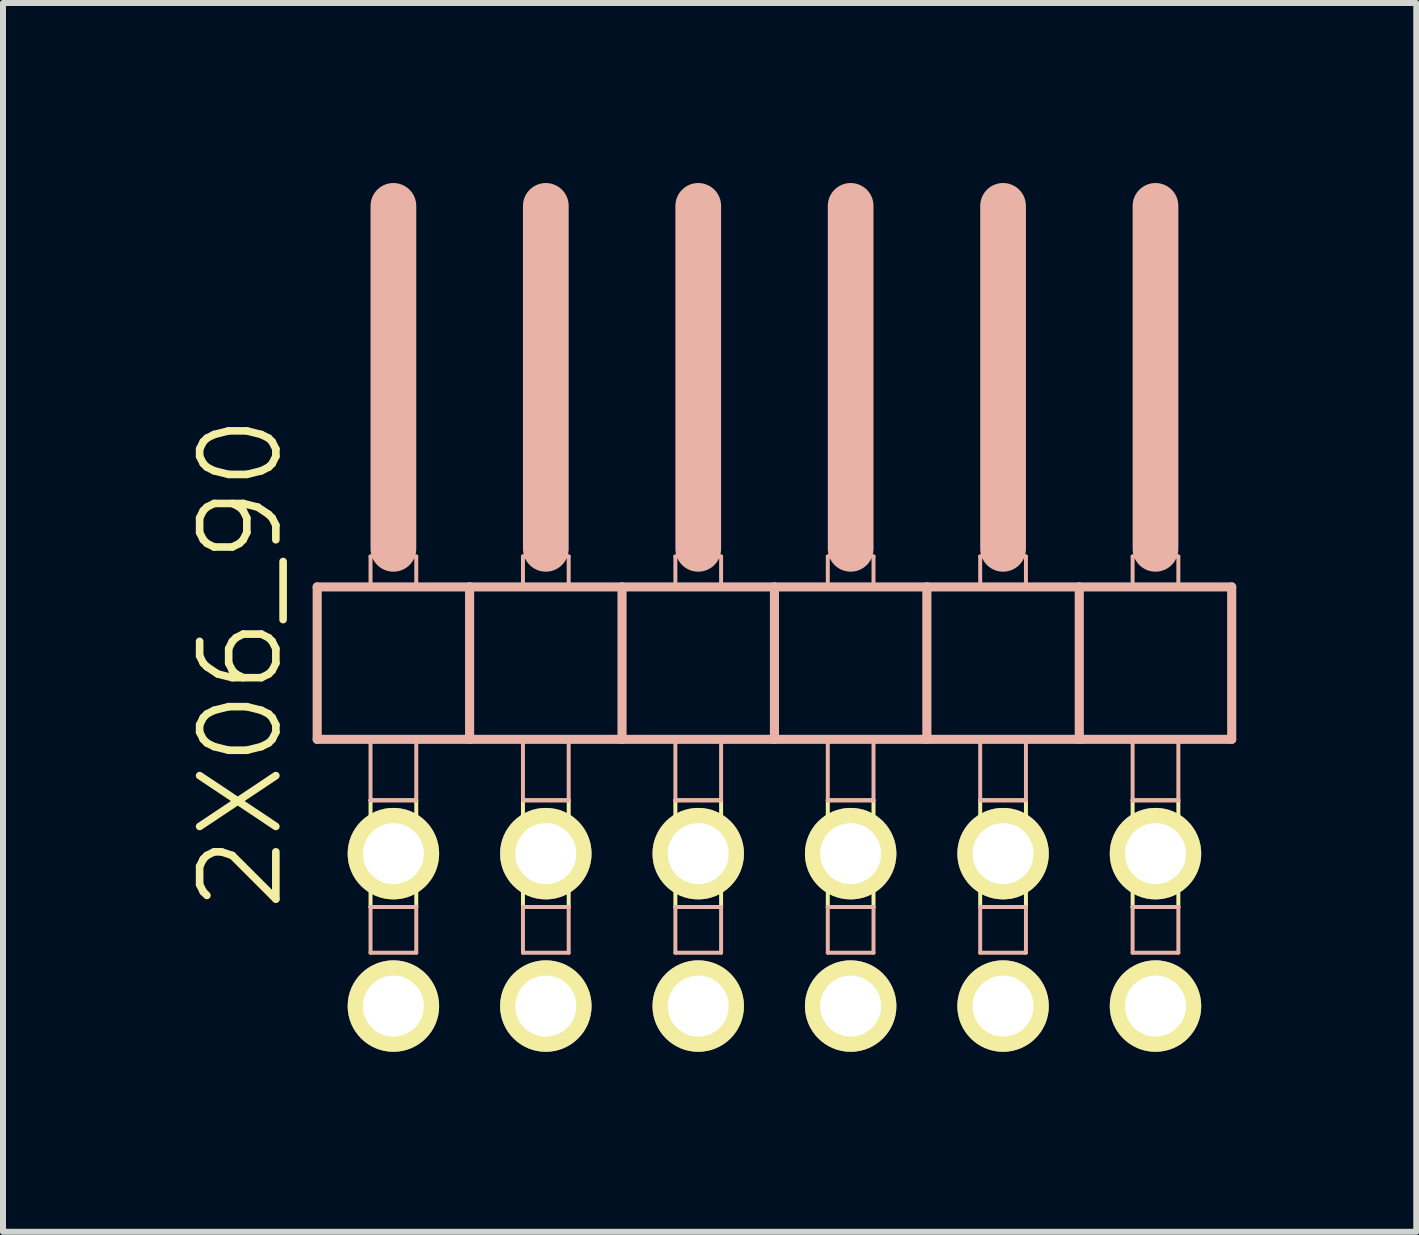
<source format=kicad_pcb>
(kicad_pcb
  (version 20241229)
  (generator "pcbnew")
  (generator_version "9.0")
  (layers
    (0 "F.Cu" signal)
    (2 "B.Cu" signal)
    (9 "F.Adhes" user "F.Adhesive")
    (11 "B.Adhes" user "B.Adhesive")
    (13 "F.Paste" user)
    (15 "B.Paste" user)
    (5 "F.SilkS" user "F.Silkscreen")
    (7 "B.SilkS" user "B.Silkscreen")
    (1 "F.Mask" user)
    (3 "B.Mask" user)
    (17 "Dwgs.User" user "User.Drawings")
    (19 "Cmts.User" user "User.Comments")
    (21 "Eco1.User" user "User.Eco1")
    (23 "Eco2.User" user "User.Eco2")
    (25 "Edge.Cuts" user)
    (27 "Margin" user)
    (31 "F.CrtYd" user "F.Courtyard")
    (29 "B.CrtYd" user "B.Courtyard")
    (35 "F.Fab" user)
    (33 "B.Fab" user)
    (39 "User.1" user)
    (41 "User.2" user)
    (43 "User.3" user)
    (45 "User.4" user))
  (footprint "2X06_90"
    (layer "F.Cu")
    (at 9.856 7.366)
    (property "Reference" "2X06_90" (at -8.89 0.635 90) (layer "F.SilkS") (effects (font (size 1.27 1.27) (thickness 0.127))))
    (attr exclude_from_pos_files exclude_from_bom)
    (fp_line (start -6.731 2.921) (end -5.969 2.921) (stroke (width 0.066) (type solid)) (layer "F.SilkS"))
    (fp_line (start -6.731 4.699) (end -6.731 2.921) (stroke (width 0.066) (type solid)) (layer "F.SilkS"))
    (fp_line (start -6.731 4.699) (end -5.969 4.699) (stroke (width 0.066) (type solid)) (layer "F.SilkS"))
    (fp_line (start -5.969 4.699) (end -5.969 2.921) (stroke (width 0.066) (type solid)) (layer "F.SilkS"))
    (fp_line (start -4.191 2.921) (end -3.429 2.921) (stroke (width 0.066) (type solid)) (layer "F.SilkS"))
    (fp_line (start -4.191 4.699) (end -4.191 2.921) (stroke (width 0.066) (type solid)) (layer "F.SilkS"))
    (fp_line (start -4.191 4.699) (end -3.429 4.699) (stroke (width 0.066) (type solid)) (layer "F.SilkS"))
    (fp_line (start -3.429 4.699) (end -3.429 2.921) (stroke (width 0.066) (type solid)) (layer "F.SilkS"))
    (fp_line (start -1.651 2.921) (end -0.889 2.921) (stroke (width 0.066) (type solid)) (layer "F.SilkS"))
    (fp_line (start -1.651 4.699) (end -1.651 2.921) (stroke (width 0.066) (type solid)) (layer "F.SilkS"))
    (fp_line (start -1.651 4.699) (end -0.889 4.699) (stroke (width 0.066) (type solid)) (layer "F.SilkS"))
    (fp_line (start -0.889 4.699) (end -0.889 2.921) (stroke (width 0.066) (type solid)) (layer "F.SilkS"))
    (fp_line (start 0.889 2.921) (end 1.651 2.921) (stroke (width 0.066) (type solid)) (layer "F.SilkS"))
    (fp_line (start 0.889 4.699) (end 0.889 2.921) (stroke (width 0.066) (type solid)) (layer "F.SilkS"))
    (fp_line (start 0.889 4.699) (end 1.651 4.699) (stroke (width 0.066) (type solid)) (layer "F.SilkS"))
    (fp_line (start 1.651 4.699) (end 1.651 2.921) (stroke (width 0.066) (type solid)) (layer "F.SilkS"))
    (fp_line (start 3.429 2.921) (end 4.191 2.921) (stroke (width 0.066) (type solid)) (layer "F.SilkS"))
    (fp_line (start 3.429 4.699) (end 3.429 2.921) (stroke (width 0.066) (type solid)) (layer "F.SilkS"))
    (fp_line (start 3.429 4.699) (end 4.191 4.699) (stroke (width 0.066) (type solid)) (layer "F.SilkS"))
    (fp_line (start 4.191 4.699) (end 4.191 2.921) (stroke (width 0.066) (type solid)) (layer "F.SilkS"))
    (fp_line (start 5.969 2.921) (end 6.731 2.921) (stroke (width 0.066) (type solid)) (layer "F.SilkS"))
    (fp_line (start 5.969 4.699) (end 5.969 2.921) (stroke (width 0.066) (type solid)) (layer "F.SilkS"))
    (fp_line (start 5.969 4.699) (end 6.731 4.699) (stroke (width 0.066) (type solid)) (layer "F.SilkS"))
    (fp_line (start 6.731 4.699) (end 6.731 2.921) (stroke (width 0.066) (type solid)) (layer "F.SilkS"))
    (fp_line (start -7.62 -0.635) (end -7.62 1.905) (stroke (width 0.152) (type solid)) (layer "B.SilkS"))
    (fp_line (start -7.62 1.905) (end -5.08 1.905) (stroke (width 0.152) (type solid)) (layer "B.SilkS"))
    (fp_line (start -6.731 -1.143) (end -5.969 -1.143) (stroke (width 0.066) (type solid)) (layer "B.SilkS"))
    (fp_line (start -6.731 -0.635) (end -6.731 -1.143) (stroke (width 0.066) (type solid)) (layer "B.SilkS"))
    (fp_line (start -6.731 -0.635) (end -5.969 -0.635) (stroke (width 0.066) (type solid)) (layer "B.SilkS"))
    (fp_line (start -6.731 1.905) (end -5.969 1.905) (stroke (width 0.066) (type solid)) (layer "B.SilkS"))
    (fp_line (start -6.731 2.921) (end -6.731 1.905) (stroke (width 0.066) (type solid)) (layer "B.SilkS"))
    (fp_line (start -6.731 2.921) (end -5.969 2.921) (stroke (width 0.066) (type solid)) (layer "B.SilkS"))
    (fp_line (start -6.731 4.699) (end -5.969 4.699) (stroke (width 0.066) (type solid)) (layer "B.SilkS"))
    (fp_line (start -6.731 5.461) (end -6.731 4.699) (stroke (width 0.066) (type solid)) (layer "B.SilkS"))
    (fp_line (start -6.731 5.461) (end -5.969 5.461) (stroke (width 0.066) (type solid)) (layer "B.SilkS"))
    (fp_line (start -6.35 -6.985) (end -6.35 -1.27) (stroke (width 0.762) (type solid)) (layer "B.SilkS"))
    (fp_line (start -5.969 -0.635) (end -5.969 -1.143) (stroke (width 0.066) (type solid)) (layer "B.SilkS"))
    (fp_line (start -5.969 2.921) (end -5.969 1.905) (stroke (width 0.066) (type solid)) (layer "B.SilkS"))
    (fp_line (start -5.969 5.461) (end -5.969 4.699) (stroke (width 0.066) (type solid)) (layer "B.SilkS"))
    (fp_line (start -5.08 -0.635) (end -7.62 -0.635) (stroke (width 0.152) (type solid)) (layer "B.SilkS"))
    (fp_line (start -5.08 1.905) (end -5.08 -0.635) (stroke (width 0.152) (type solid)) (layer "B.SilkS"))
    (fp_line (start -5.08 1.905) (end -2.54 1.905) (stroke (width 0.152) (type solid)) (layer "B.SilkS"))
    (fp_line (start -4.191 -1.143) (end -3.429 -1.143) (stroke (width 0.066) (type solid)) (layer "B.SilkS"))
    (fp_line (start -4.191 -0.635) (end -4.191 -1.143) (stroke (width 0.066) (type solid)) (layer "B.SilkS"))
    (fp_line (start -4.191 -0.635) (end -3.429 -0.635) (stroke (width 0.066) (type solid)) (layer "B.SilkS"))
    (fp_line (start -4.191 1.905) (end -3.429 1.905) (stroke (width 0.066) (type solid)) (layer "B.SilkS"))
    (fp_line (start -4.191 2.921) (end -4.191 1.905) (stroke (width 0.066) (type solid)) (layer "B.SilkS"))
    (fp_line (start -4.191 2.921) (end -3.429 2.921) (stroke (width 0.066) (type solid)) (layer "B.SilkS"))
    (fp_line (start -4.191 4.699) (end -3.429 4.699) (stroke (width 0.066) (type solid)) (layer "B.SilkS"))
    (fp_line (start -4.191 5.461) (end -4.191 4.699) (stroke (width 0.066) (type solid)) (layer "B.SilkS"))
    (fp_line (start -4.191 5.461) (end -3.429 5.461) (stroke (width 0.066) (type solid)) (layer "B.SilkS"))
    (fp_line (start -3.81 -6.985) (end -3.81 -1.27) (stroke (width 0.762) (type solid)) (layer "B.SilkS"))
    (fp_line (start -3.429 -0.635) (end -3.429 -1.143) (stroke (width 0.066) (type solid)) (layer "B.SilkS"))
    (fp_line (start -3.429 2.921) (end -3.429 1.905) (stroke (width 0.066) (type solid)) (layer "B.SilkS"))
    (fp_line (start -3.429 5.461) (end -3.429 4.699) (stroke (width 0.066) (type solid)) (layer "B.SilkS"))
    (fp_line (start -2.54 -0.635) (end -5.08 -0.635) (stroke (width 0.152) (type solid)) (layer "B.SilkS"))
    (fp_line (start -2.54 1.905) (end -2.54 -0.635) (stroke (width 0.152) (type solid)) (layer "B.SilkS"))
    (fp_line (start -2.54 1.905) (end 0 1.905) (stroke (width 0.152) (type solid)) (layer "B.SilkS"))
    (fp_line (start -1.651 -1.143) (end -0.889 -1.143) (stroke (width 0.066) (type solid)) (layer "B.SilkS"))
    (fp_line (start -1.651 -0.635) (end -1.651 -1.143) (stroke (width 0.066) (type solid)) (layer "B.SilkS"))
    (fp_line (start -1.651 -0.635) (end -0.889 -0.635) (stroke (width 0.066) (type solid)) (layer "B.SilkS"))
    (fp_line (start -1.651 1.905) (end -0.889 1.905) (stroke (width 0.066) (type solid)) (layer "B.SilkS"))
    (fp_line (start -1.651 2.921) (end -1.651 1.905) (stroke (width 0.066) (type solid)) (layer "B.SilkS"))
    (fp_line (start -1.651 2.921) (end -0.889 2.921) (stroke (width 0.066) (type solid)) (layer "B.SilkS"))
    (fp_line (start -1.651 4.699) (end -0.889 4.699) (stroke (width 0.066) (type solid)) (layer "B.SilkS"))
    (fp_line (start -1.651 5.461) (end -1.651 4.699) (stroke (width 0.066) (type solid)) (layer "B.SilkS"))
    (fp_line (start -1.651 5.461) (end -0.889 5.461) (stroke (width 0.066) (type solid)) (layer "B.SilkS"))
    (fp_line (start -1.27 -6.985) (end -1.27 -1.27) (stroke (width 0.762) (type solid)) (layer "B.SilkS"))
    (fp_line (start -0.889 -0.635) (end -0.889 -1.143) (stroke (width 0.066) (type solid)) (layer "B.SilkS"))
    (fp_line (start -0.889 2.921) (end -0.889 1.905) (stroke (width 0.066) (type solid)) (layer "B.SilkS"))
    (fp_line (start -0.889 5.461) (end -0.889 4.699) (stroke (width 0.066) (type solid)) (layer "B.SilkS"))
    (fp_line (start 0 -0.635) (end -2.54 -0.635) (stroke (width 0.152) (type solid)) (layer "B.SilkS"))
    (fp_line (start 0 1.905) (end 0 -0.635) (stroke (width 0.152) (type solid)) (layer "B.SilkS"))
    (fp_line (start 0 1.905) (end 2.54 1.905) (stroke (width 0.152) (type solid)) (layer "B.SilkS"))
    (fp_line (start 0.889 -1.143) (end 1.651 -1.143) (stroke (width 0.066) (type solid)) (layer "B.SilkS"))
    (fp_line (start 0.889 -0.635) (end 0.889 -1.143) (stroke (width 0.066) (type solid)) (layer "B.SilkS"))
    (fp_line (start 0.889 -0.635) (end 1.651 -0.635) (stroke (width 0.066) (type solid)) (layer "B.SilkS"))
    (fp_line (start 0.889 1.905) (end 1.651 1.905) (stroke (width 0.066) (type solid)) (layer "B.SilkS"))
    (fp_line (start 0.889 2.921) (end 0.889 1.905) (stroke (width 0.066) (type solid)) (layer "B.SilkS"))
    (fp_line (start 0.889 2.921) (end 1.651 2.921) (stroke (width 0.066) (type solid)) (layer "B.SilkS"))
    (fp_line (start 0.889 4.699) (end 1.651 4.699) (stroke (width 0.066) (type solid)) (layer "B.SilkS"))
    (fp_line (start 0.889 5.461) (end 0.889 4.699) (stroke (width 0.066) (type solid)) (layer "B.SilkS"))
    (fp_line (start 0.889 5.461) (end 1.651 5.461) (stroke (width 0.066) (type solid)) (layer "B.SilkS"))
    (fp_line (start 1.27 -6.985) (end 1.27 -1.27) (stroke (width 0.762) (type solid)) (layer "B.SilkS"))
    (fp_line (start 1.651 -0.635) (end 1.651 -1.143) (stroke (width 0.066) (type solid)) (layer "B.SilkS"))
    (fp_line (start 1.651 2.921) (end 1.651 1.905) (stroke (width 0.066) (type solid)) (layer "B.SilkS"))
    (fp_line (start 1.651 5.461) (end 1.651 4.699) (stroke (width 0.066) (type solid)) (layer "B.SilkS"))
    (fp_line (start 2.54 -0.635) (end 0 -0.635) (stroke (width 0.152) (type solid)) (layer "B.SilkS"))
    (fp_line (start 2.54 1.905) (end 2.54 -0.635) (stroke (width 0.152) (type solid)) (layer "B.SilkS"))
    (fp_line (start 2.54 1.905) (end 5.08 1.905) (stroke (width 0.152) (type solid)) (layer "B.SilkS"))
    (fp_line (start 3.429 -1.143) (end 4.191 -1.143) (stroke (width 0.066) (type solid)) (layer "B.SilkS"))
    (fp_line (start 3.429 -0.635) (end 3.429 -1.143) (stroke (width 0.066) (type solid)) (layer "B.SilkS"))
    (fp_line (start 3.429 -0.635) (end 4.191 -0.635) (stroke (width 0.066) (type solid)) (layer "B.SilkS"))
    (fp_line (start 3.429 1.905) (end 4.191 1.905) (stroke (width 0.066) (type solid)) (layer "B.SilkS"))
    (fp_line (start 3.429 2.921) (end 3.429 1.905) (stroke (width 0.066) (type solid)) (layer "B.SilkS"))
    (fp_line (start 3.429 2.921) (end 4.191 2.921) (stroke (width 0.066) (type solid)) (layer "B.SilkS"))
    (fp_line (start 3.429 4.699) (end 4.191 4.699) (stroke (width 0.066) (type solid)) (layer "B.SilkS"))
    (fp_line (start 3.429 5.461) (end 3.429 4.699) (stroke (width 0.066) (type solid)) (layer "B.SilkS"))
    (fp_line (start 3.429 5.461) (end 4.191 5.461) (stroke (width 0.066) (type solid)) (layer "B.SilkS"))
    (fp_line (start 3.81 -6.985) (end 3.81 -1.27) (stroke (width 0.762) (type solid)) (layer "B.SilkS"))
    (fp_line (start 4.191 -0.635) (end 4.191 -1.143) (stroke (width 0.066) (type solid)) (layer "B.SilkS"))
    (fp_line (start 4.191 2.921) (end 4.191 1.905) (stroke (width 0.066) (type solid)) (layer "B.SilkS"))
    (fp_line (start 4.191 5.461) (end 4.191 4.699) (stroke (width 0.066) (type solid)) (layer "B.SilkS"))
    (fp_line (start 5.08 -0.635) (end 2.54 -0.635) (stroke (width 0.152) (type solid)) (layer "B.SilkS"))
    (fp_line (start 5.08 1.905) (end 5.08 -0.635) (stroke (width 0.152) (type solid)) (layer "B.SilkS"))
    (fp_line (start 5.08 1.905) (end 7.62 1.905) (stroke (width 0.152) (type solid)) (layer "B.SilkS"))
    (fp_line (start 5.969 -1.143) (end 6.731 -1.143) (stroke (width 0.066) (type solid)) (layer "B.SilkS"))
    (fp_line (start 5.969 -0.635) (end 5.969 -1.143) (stroke (width 0.066) (type solid)) (layer "B.SilkS"))
    (fp_line (start 5.969 -0.635) (end 6.731 -0.635) (stroke (width 0.066) (type solid)) (layer "B.SilkS"))
    (fp_line (start 5.969 1.905) (end 6.731 1.905) (stroke (width 0.066) (type solid)) (layer "B.SilkS"))
    (fp_line (start 5.969 2.921) (end 5.969 1.905) (stroke (width 0.066) (type solid)) (layer "B.SilkS"))
    (fp_line (start 5.969 2.921) (end 6.731 2.921) (stroke (width 0.066) (type solid)) (layer "B.SilkS"))
    (fp_line (start 5.969 4.699) (end 6.731 4.699) (stroke (width 0.066) (type solid)) (layer "B.SilkS"))
    (fp_line (start 5.969 5.461) (end 5.969 4.699) (stroke (width 0.066) (type solid)) (layer "B.SilkS"))
    (fp_line (start 5.969 5.461) (end 6.731 5.461) (stroke (width 0.066) (type solid)) (layer "B.SilkS"))
    (fp_line (start 6.35 -6.985) (end 6.35 -1.27) (stroke (width 0.762) (type solid)) (layer "B.SilkS"))
    (fp_line (start 6.731 -0.635) (end 6.731 -1.143) (stroke (width 0.066) (type solid)) (layer "B.SilkS"))
    (fp_line (start 6.731 2.921) (end 6.731 1.905) (stroke (width 0.066) (type solid)) (layer "B.SilkS"))
    (fp_line (start 6.731 5.461) (end 6.731 4.699) (stroke (width 0.066) (type solid)) (layer "B.SilkS"))
    (fp_line (start 7.62 -0.635) (end 5.08 -0.635) (stroke (width 0.152) (type solid)) (layer "B.SilkS"))
    (fp_line (start 7.62 1.905) (end 7.62 -0.635) (stroke (width 0.152) (type solid)) (layer "B.SilkS"))
    (pad "1" thru_hole circle (at -6.35 6.35) (size 1.524 1.524) (drill 1.016) (layers "*.Cu" "F.Mask" "F.SilkS" "F.Paste"))
    (pad "2" thru_hole circle (at -6.35 3.81) (size 1.524 1.524) (drill 1.016) (layers "*.Cu" "F.Mask" "F.SilkS" "F.Paste"))
    (pad "3" thru_hole circle (at -3.81 6.35) (size 1.524 1.524) (drill 1.016) (layers "*.Cu" "F.Mask" "F.SilkS" "F.Paste"))
    (pad "4" thru_hole circle (at -3.81 3.81) (size 1.524 1.524) (drill 1.016) (layers "*.Cu" "F.Mask" "F.SilkS" "F.Paste"))
    (pad "5" thru_hole circle (at -1.27 6.35) (size 1.524 1.524) (drill 1.016) (layers "*.Cu" "F.Mask" "F.SilkS" "F.Paste"))
    (pad "6" thru_hole circle (at -1.27 3.81) (size 1.524 1.524) (drill 1.016) (layers "*.Cu" "F.Mask" "F.SilkS" "F.Paste"))
    (pad "7" thru_hole circle (at 1.27 6.35) (size 1.524 1.524) (drill 1.016) (layers "*.Cu" "F.Mask" "F.SilkS" "F.Paste"))
    (pad "8" thru_hole circle (at 1.27 3.81) (size 1.524 1.524) (drill 1.016) (layers "*.Cu" "F.Mask" "F.SilkS" "F.Paste"))
    (pad "9" thru_hole circle (at 3.81 6.35) (size 1.524 1.524) (drill 1.016) (layers "*.Cu" "F.Mask" "F.SilkS" "F.Paste"))
    (pad "10" thru_hole circle (at 3.81 3.81) (size 1.524 1.524) (drill 1.016) (layers "*.Cu" "F.Mask" "F.SilkS" "F.Paste"))
    (pad "11" thru_hole circle (at 6.35 6.35) (size 1.524 1.524) (drill 1.016) (layers "*.Cu" "F.Mask" "F.SilkS" "F.Paste"))
    (pad "12" thru_hole circle (at 6.35 3.81) (size 1.524 1.524) (drill 1.016) (layers "*.Cu" "F.Mask" "F.SilkS" "F.Paste")))
  (gr_rect
    (start -3 -3)
    (end 20.552 17.478)
    (stroke (width 0.1) (type default))
    (fill no)
    (layer "Edge.Cuts")))
</source>
